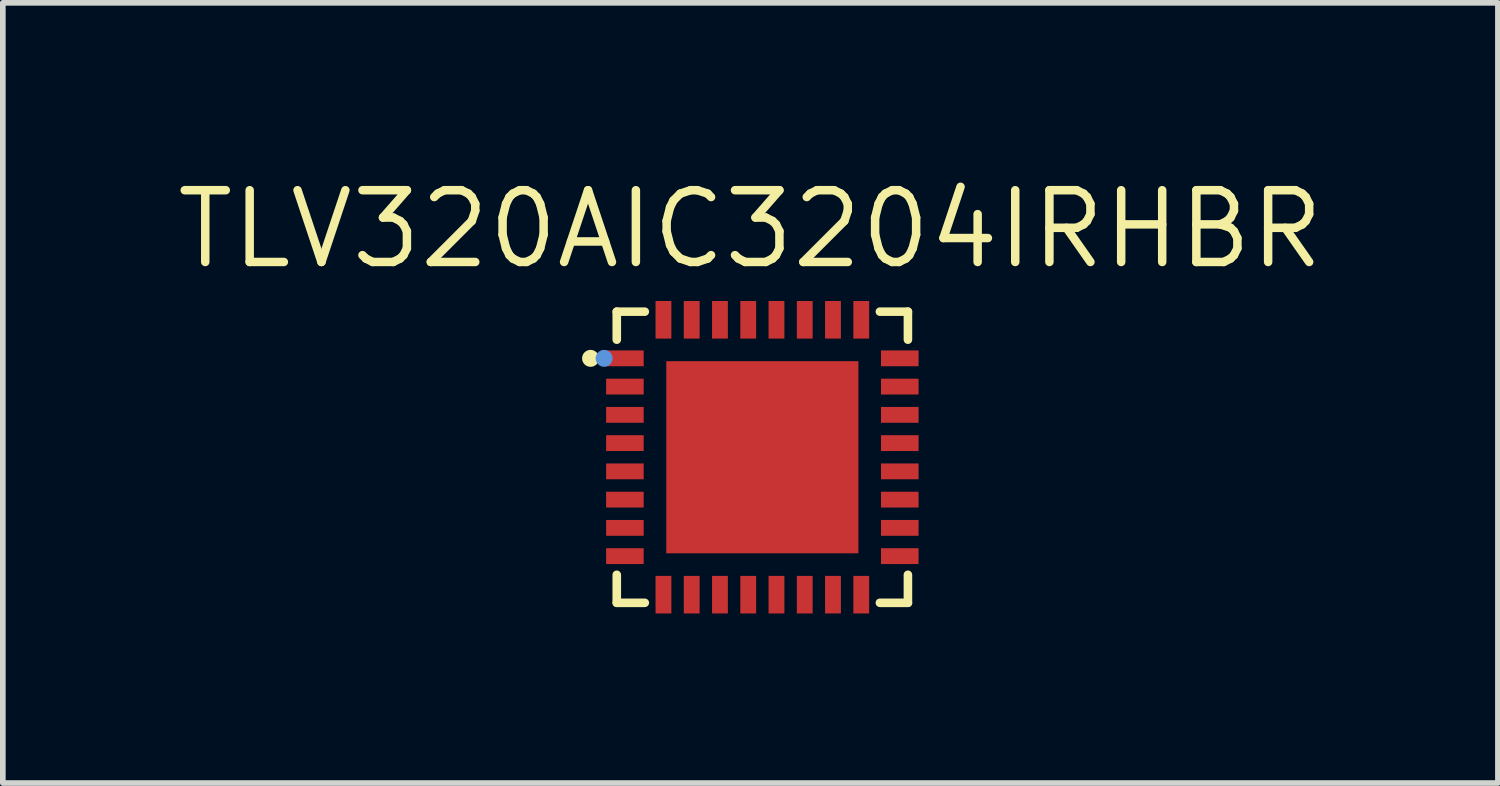
<source format=kicad_pcb>
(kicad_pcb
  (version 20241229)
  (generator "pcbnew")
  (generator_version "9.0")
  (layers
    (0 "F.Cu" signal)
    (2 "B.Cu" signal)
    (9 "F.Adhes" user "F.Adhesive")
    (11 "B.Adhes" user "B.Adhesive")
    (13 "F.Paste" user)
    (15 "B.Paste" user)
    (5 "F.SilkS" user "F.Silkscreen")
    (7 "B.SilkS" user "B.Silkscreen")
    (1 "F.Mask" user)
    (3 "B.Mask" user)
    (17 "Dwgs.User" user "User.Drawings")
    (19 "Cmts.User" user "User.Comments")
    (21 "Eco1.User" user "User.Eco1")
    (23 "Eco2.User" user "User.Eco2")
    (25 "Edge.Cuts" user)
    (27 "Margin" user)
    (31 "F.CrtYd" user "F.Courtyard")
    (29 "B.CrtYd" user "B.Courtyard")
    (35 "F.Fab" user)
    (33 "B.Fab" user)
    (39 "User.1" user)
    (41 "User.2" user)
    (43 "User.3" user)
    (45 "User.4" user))
  (footprint "TLV320AIC3204IRHBR"
    (layer "F.Cu")
    (at 10.44 5.041)
    (property "Reference" "TLV320AIC3204IRHBR" (at -0.212 -4.035 0) (layer "F.SilkS") (effects (font (size 1.27 1.27) (thickness 0.15))))
    (attr smd)
    (fp_line (start -2.576 -2.576) (end -2.576 -2.08) (stroke (width 0.152) (type solid)) (layer "F.SilkS"))
    (fp_line (start -2.576 2.576) (end -2.576 2.08) (stroke (width 0.152) (type solid)) (layer "F.SilkS"))
    (fp_line (start -2.08 -2.576) (end -2.576 -2.576) (stroke (width 0.152) (type solid)) (layer "F.SilkS"))
    (fp_line (start -2.08 2.576) (end -2.576 2.576) (stroke (width 0.152) (type solid)) (layer "F.SilkS"))
    (fp_line (start 2.08 -2.576) (end 2.576 -2.576) (stroke (width 0.152) (type solid)) (layer "F.SilkS"))
    (fp_line (start 2.08 2.576) (end 2.576 2.576) (stroke (width 0.152) (type solid)) (layer "F.SilkS"))
    (fp_line (start 2.576 -2.576) (end 2.576 -2.08) (stroke (width 0.152) (type solid)) (layer "F.SilkS"))
    (fp_line (start 2.576 2.576) (end 2.576 2.08) (stroke (width 0.152) (type solid)) (layer "F.SilkS"))
    (fp_circle (center -3.04 -1.75) (end -2.965 -1.75) (stroke (width 0.15) (type solid)) (fill no) (layer "F.SilkS"))
    (fp_poly (pts (xy -2.765 -1.89) (xy -2.1 -1.89) (xy -2.1 -1.61) (xy -2.765 -1.61)) (stroke (width 0) (type solid)) (fill yes) (layer "F.Paste"))
    (fp_poly (pts (xy -2.765 -1.39) (xy -2.1 -1.39) (xy -2.1 -1.11) (xy -2.765 -1.11)) (stroke (width 0) (type solid)) (fill yes) (layer "F.Paste"))
    (fp_poly (pts (xy -2.765 -0.89) (xy -2.1 -0.89) (xy -2.1 -0.61) (xy -2.765 -0.61)) (stroke (width 0) (type solid)) (fill yes) (layer "F.Paste"))
    (fp_poly (pts (xy -2.765 -0.39) (xy -2.1 -0.39) (xy -2.1 -0.11) (xy -2.765 -0.11)) (stroke (width 0) (type solid)) (fill yes) (layer "F.Paste"))
    (fp_poly (pts (xy -2.765 0.11) (xy -2.1 0.11) (xy -2.1 0.39) (xy -2.765 0.39)) (stroke (width 0) (type solid)) (fill yes) (layer "F.Paste"))
    (fp_poly (pts (xy -2.765 0.61) (xy -2.1 0.61) (xy -2.1 0.89) (xy -2.765 0.89)) (stroke (width 0) (type solid)) (fill yes) (layer "F.Paste"))
    (fp_poly (pts (xy -2.765 1.11) (xy -2.1 1.11) (xy -2.1 1.39) (xy -2.765 1.39)) (stroke (width 0) (type solid)) (fill yes) (layer "F.Paste"))
    (fp_poly (pts (xy -2.765 1.61) (xy -2.1 1.61) (xy -2.1 1.89) (xy -2.765 1.89)) (stroke (width 0) (type solid)) (fill yes) (layer "F.Paste"))
    (fp_poly (pts (xy -1.89 -2.765) (xy -1.61 -2.765) (xy -1.61 -2.1) (xy -1.89 -2.1)) (stroke (width 0) (type solid)) (fill yes) (layer "F.Paste"))
    (fp_poly (pts (xy -1.89 2.1) (xy -1.61 2.1) (xy -1.61 2.765) (xy -1.89 2.765)) (stroke (width 0) (type solid)) (fill yes) (layer "F.Paste"))
    (fp_poly (pts (xy -1.39 -2.765) (xy -1.11 -2.765) (xy -1.11 -2.1) (xy -1.39 -2.1)) (stroke (width 0) (type solid)) (fill yes) (layer "F.Paste"))
    (fp_poly (pts (xy -1.39 2.1) (xy -1.11 2.1) (xy -1.11 2.765) (xy -1.39 2.765)) (stroke (width 0) (type solid)) (fill yes) (layer "F.Paste"))
    (fp_poly (pts (xy -1.36 -1.36) (xy 1.36 -1.36) (xy 1.36 1.36) (xy -1.36 1.36)) (stroke (width 0) (type solid)) (fill yes) (layer "F.Paste"))
    (fp_poly (pts (xy -0.89 -2.765) (xy -0.61 -2.765) (xy -0.61 -2.1) (xy -0.89 -2.1)) (stroke (width 0) (type solid)) (fill yes) (layer "F.Paste"))
    (fp_poly (pts (xy -0.89 2.1) (xy -0.61 2.1) (xy -0.61 2.765) (xy -0.89 2.765)) (stroke (width 0) (type solid)) (fill yes) (layer "F.Paste"))
    (fp_poly (pts (xy -0.39 -2.765) (xy -0.11 -2.765) (xy -0.11 -2.1) (xy -0.39 -2.1)) (stroke (width 0) (type solid)) (fill yes) (layer "F.Paste"))
    (fp_poly (pts (xy -0.39 2.1) (xy -0.11 2.1) (xy -0.11 2.765) (xy -0.39 2.765)) (stroke (width 0) (type solid)) (fill yes) (layer "F.Paste"))
    (fp_poly (pts (xy 0.11 -2.765) (xy 0.39 -2.765) (xy 0.39 -2.1) (xy 0.11 -2.1)) (stroke (width 0) (type solid)) (fill yes) (layer "F.Paste"))
    (fp_poly (pts (xy 0.11 2.1) (xy 0.39 2.1) (xy 0.39 2.765) (xy 0.11 2.765)) (stroke (width 0) (type solid)) (fill yes) (layer "F.Paste"))
    (fp_poly (pts (xy 0.61 -2.765) (xy 0.89 -2.765) (xy 0.89 -2.1) (xy 0.61 -2.1)) (stroke (width 0) (type solid)) (fill yes) (layer "F.Paste"))
    (fp_poly (pts (xy 0.61 2.1) (xy 0.89 2.1) (xy 0.89 2.765) (xy 0.61 2.765)) (stroke (width 0) (type solid)) (fill yes) (layer "F.Paste"))
    (fp_poly (pts (xy 1.11 -2.765) (xy 1.39 -2.765) (xy 1.39 -2.1) (xy 1.11 -2.1)) (stroke (width 0) (type solid)) (fill yes) (layer "F.Paste"))
    (fp_poly (pts (xy 1.11 2.1) (xy 1.39 2.1) (xy 1.39 2.765) (xy 1.11 2.765)) (stroke (width 0) (type solid)) (fill yes) (layer "F.Paste"))
    (fp_poly (pts (xy 1.61 -2.765) (xy 1.89 -2.765) (xy 1.89 -2.1) (xy 1.61 -2.1)) (stroke (width 0) (type solid)) (fill yes) (layer "F.Paste"))
    (fp_poly (pts (xy 1.61 2.1) (xy 1.89 2.1) (xy 1.89 2.765) (xy 1.61 2.765)) (stroke (width 0) (type solid)) (fill yes) (layer "F.Paste"))
    (fp_poly (pts (xy 2.1 -1.89) (xy 2.765 -1.89) (xy 2.765 -1.61) (xy 2.1 -1.61)) (stroke (width 0) (type solid)) (fill yes) (layer "F.Paste"))
    (fp_poly (pts (xy 2.1 -1.39) (xy 2.765 -1.39) (xy 2.765 -1.11) (xy 2.1 -1.11)) (stroke (width 0) (type solid)) (fill yes) (layer "F.Paste"))
    (fp_poly (pts (xy 2.1 -0.89) (xy 2.765 -0.89) (xy 2.765 -0.61) (xy 2.1 -0.61)) (stroke (width 0) (type solid)) (fill yes) (layer "F.Paste"))
    (fp_poly (pts (xy 2.1 -0.39) (xy 2.765 -0.39) (xy 2.765 -0.11) (xy 2.1 -0.11)) (stroke (width 0) (type solid)) (fill yes) (layer "F.Paste"))
    (fp_poly (pts (xy 2.1 0.11) (xy 2.765 0.11) (xy 2.765 0.39) (xy 2.1 0.39)) (stroke (width 0) (type solid)) (fill yes) (layer "F.Paste"))
    (fp_poly (pts (xy 2.1 0.61) (xy 2.765 0.61) (xy 2.765 0.89) (xy 2.1 0.89)) (stroke (width 0) (type solid)) (fill yes) (layer "F.Paste"))
    (fp_poly (pts (xy 2.1 1.11) (xy 2.765 1.11) (xy 2.765 1.39) (xy 2.1 1.39)) (stroke (width 0) (type solid)) (fill yes) (layer "F.Paste"))
    (fp_poly (pts (xy 2.1 1.61) (xy 2.765 1.61) (xy 2.765 1.89) (xy 2.1 1.89)) (stroke (width 0) (type solid)) (fill yes) (layer "F.Paste"))
    (fp_circle (center -2.8 -1.75) (end -2.725 -1.75) (stroke (width 0.15) (type solid)) (fill no) (layer "Cmts.User"))
    (fp_text user "" (at 0 0 0) (layer "Cmts.User") (effects (font (size 1 1) (thickness 0.15))))
    (pad "1" smd rect (at -2.432 -1.75) (size 0.665 0.28) (layers "F.Cu" "F.Mask" "F.Paste"))
    (pad "2" smd rect (at -2.432 -1.25) (size 0.665 0.28) (layers "F.Cu" "F.Mask" "F.Paste"))
    (pad "3" smd rect (at -2.432 -0.75) (size 0.665 0.28) (layers "F.Cu" "F.Mask" "F.Paste"))
    (pad "4" smd rect (at -2.432 -0.25) (size 0.665 0.28) (layers "F.Cu" "F.Mask" "F.Paste"))
    (pad "5" smd rect (at -2.432 0.25) (size 0.665 0.28) (layers "F.Cu" "F.Mask" "F.Paste"))
    (pad "6" smd rect (at -2.432 0.75) (size 0.665 0.28) (layers "F.Cu" "F.Mask" "F.Paste"))
    (pad "7" smd rect (at -2.432 1.25) (size 0.665 0.28) (layers "F.Cu" "F.Mask" "F.Paste"))
    (pad "8" smd rect (at -2.432 1.75) (size 0.665 0.28) (layers "F.Cu" "F.Mask" "F.Paste"))
    (pad "9" smd rect (at -1.75 2.432) (size 0.28 0.665) (layers "F.Cu" "F.Mask" "F.Paste"))
    (pad "10" smd rect (at -1.25 2.432) (size 0.28 0.665) (layers "F.Cu" "F.Mask" "F.Paste"))
    (pad "11" smd rect (at -0.75 2.432) (size 0.28 0.665) (layers "F.Cu" "F.Mask" "F.Paste"))
    (pad "12" smd rect (at -0.25 2.432) (size 0.28 0.665) (layers "F.Cu" "F.Mask" "F.Paste"))
    (pad "13" smd rect (at 0.25 2.432) (size 0.28 0.665) (layers "F.Cu" "F.Mask" "F.Paste"))
    (pad "14" smd rect (at 0.75 2.432) (size 0.28 0.665) (layers "F.Cu" "F.Mask" "F.Paste"))
    (pad "15" smd rect (at 1.25 2.432) (size 0.28 0.665) (layers "F.Cu" "F.Mask" "F.Paste"))
    (pad "16" smd rect (at 1.75 2.432) (size 0.28 0.665) (layers "F.Cu" "F.Mask" "F.Paste"))
    (pad "17" smd rect (at 2.432 1.75) (size 0.665 0.28) (layers "F.Cu" "F.Mask" "F.Paste"))
    (pad "18" smd rect (at 2.432 1.25) (size 0.665 0.28) (layers "F.Cu" "F.Mask" "F.Paste"))
    (pad "19" smd rect (at 2.432 0.75) (size 0.665 0.28) (layers "F.Cu" "F.Mask" "F.Paste"))
    (pad "20" smd rect (at 2.432 0.25) (size 0.665 0.28) (layers "F.Cu" "F.Mask" "F.Paste"))
    (pad "21" smd rect (at 2.432 -0.25) (size 0.665 0.28) (layers "F.Cu" "F.Mask" "F.Paste"))
    (pad "22" smd rect (at 2.432 -0.75) (size 0.665 0.28) (layers "F.Cu" "F.Mask" "F.Paste"))
    (pad "23" smd rect (at 2.432 -1.25) (size 0.665 0.28) (layers "F.Cu" "F.Mask" "F.Paste"))
    (pad "24" smd rect (at 2.432 -1.75) (size 0.665 0.28) (layers "F.Cu" "F.Mask" "F.Paste"))
    (pad "25" smd rect (at 1.75 -2.432) (size 0.28 0.665) (layers "F.Cu" "F.Mask" "F.Paste"))
    (pad "26" smd rect (at 1.25 -2.432) (size 0.28 0.665) (layers "F.Cu" "F.Mask" "F.Paste"))
    (pad "27" smd rect (at 0.75 -2.432) (size 0.28 0.665) (layers "F.Cu" "F.Mask" "F.Paste"))
    (pad "28" smd rect (at 0.25 -2.432) (size 0.28 0.665) (layers "F.Cu" "F.Mask" "F.Paste"))
    (pad "29" smd rect (at -0.25 -2.432) (size 0.28 0.665) (layers "F.Cu" "F.Mask" "F.Paste"))
    (pad "30" smd rect (at -0.75 -2.432) (size 0.28 0.665) (layers "F.Cu" "F.Mask" "F.Paste"))
    (pad "31" smd rect (at -1.25 -2.432) (size 0.28 0.665) (layers "F.Cu" "F.Mask" "F.Paste"))
    (pad "32" smd rect (at -1.75 -2.432) (size 0.28 0.665) (layers "F.Cu" "F.Mask" "F.Paste"))
    (pad "33" smd rect (at 0 0) (size 3.4 3.4) (layers "F.Cu" "F.Mask" "F.Paste")))
  (gr_rect
    (start -3 -3)
    (end 23.456 10.806)
    (stroke (width 0.1) (type default))
    (fill no)
    (layer "Edge.Cuts")))
</source>
